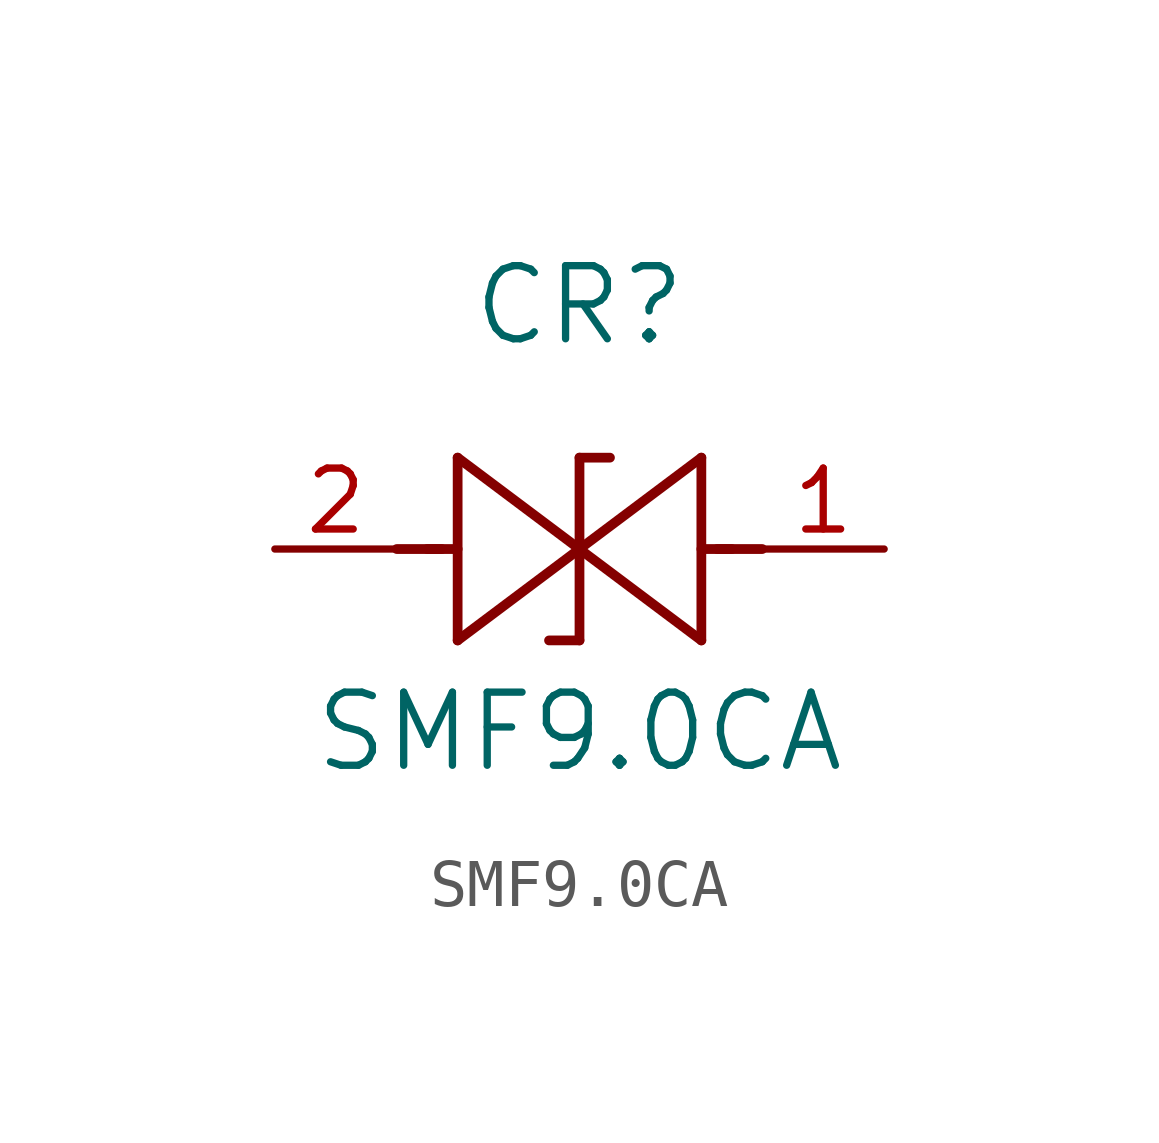
<source format=kicad_sym>
(kicad_symbol_lib
  (version 20211014)
  (generator kicad_symbol_editor)
  (symbol "SMF9.0CA"
    (pin_names
      (offset 0.254))
    (property "Reference" "CR"
      (at 6.35 5.08 0)
      (effects (font (size 1.524 1.524))))
    (property "Value" "SMF9.0CA"
      (at 6.35 -3.81 0)
      (effects (font (size 1.524 1.524))))
    (symbol "SMF9.0CA_0_1"
      (polyline (pts (xy 2.54 0) (xy 3.48 0)) (stroke (width 0.203) (type default) (color 0 0 0 0)) (fill (type none)))
      (polyline (pts (xy 3.81 1.905) (xy 3.81 -1.905)) (stroke (width 0.203) (type default) (color 0 0 0 0)) (fill (type none)))
      (polyline (pts (xy 3.175 0) (xy 3.81 0)) (stroke (width 0.203) (type default) (color 0 0 0 0)) (fill (type none)))
      (polyline (pts (xy 6.35 0) (xy 3.81 1.905)) (stroke (width 0.203) (type default) (color 0 0 0 0)) (fill (type none)))
      (polyline (pts (xy 3.81 -1.905) (xy 6.35 0)) (stroke (width 0.203) (type default) (color 0 0 0 0)) (fill (type none)))
      (polyline (pts (xy 6.35 1.905) (xy 6.985 1.905)) (stroke (width 0.203) (type default) (color 0 0 0 0)) (fill (type none)))
      (polyline (pts (xy 6.35 -1.905) (xy 5.715 -1.905)) (stroke (width 0.203) (type default) (color 0 0 0 0)) (fill (type none)))
      (polyline (pts (xy 10.16 0) (xy 9.22 0)) (stroke (width 0.203) (type default) (color 0 0 0 0)) (fill (type none)))
      (polyline (pts (xy 8.89 -1.905) (xy 8.89 1.905)) (stroke (width 0.203) (type default) (color 0 0 0 0)) (fill (type none)))
      (polyline (pts (xy 9.525 0) (xy 8.89 0)) (stroke (width 0.203) (type default) (color 0 0 0 0)) (fill (type none)))
      (polyline (pts (xy 6.35 1.905) (xy 6.35 -1.905)) (stroke (width 0.203) (type default) (color 0 0 0 0)) (fill (type none)))
      (polyline (pts (xy 6.35 0) (xy 8.89 -1.905)) (stroke (width 0.203) (type default) (color 0 0 0 0)) (fill (type none)))
      (polyline (pts (xy 8.89 1.905) (xy 6.35 0)) (stroke (width 0.203) (type default) (color 0 0 0 0)) (fill (type none)))
      (pin unspecified line (at 12.7 0 180) (length 2.54) (name "" (effects (font (size 1.27 1.27)))) (number "1" (effects (font (size 1.27 1.27)))))
      (pin unspecified line (at 0 0 0) (length 2.54) (name "" (effects (font (size 1.27 1.27)))) (number "2" (effects (font (size 1.27 1.27))))))))
</source>
